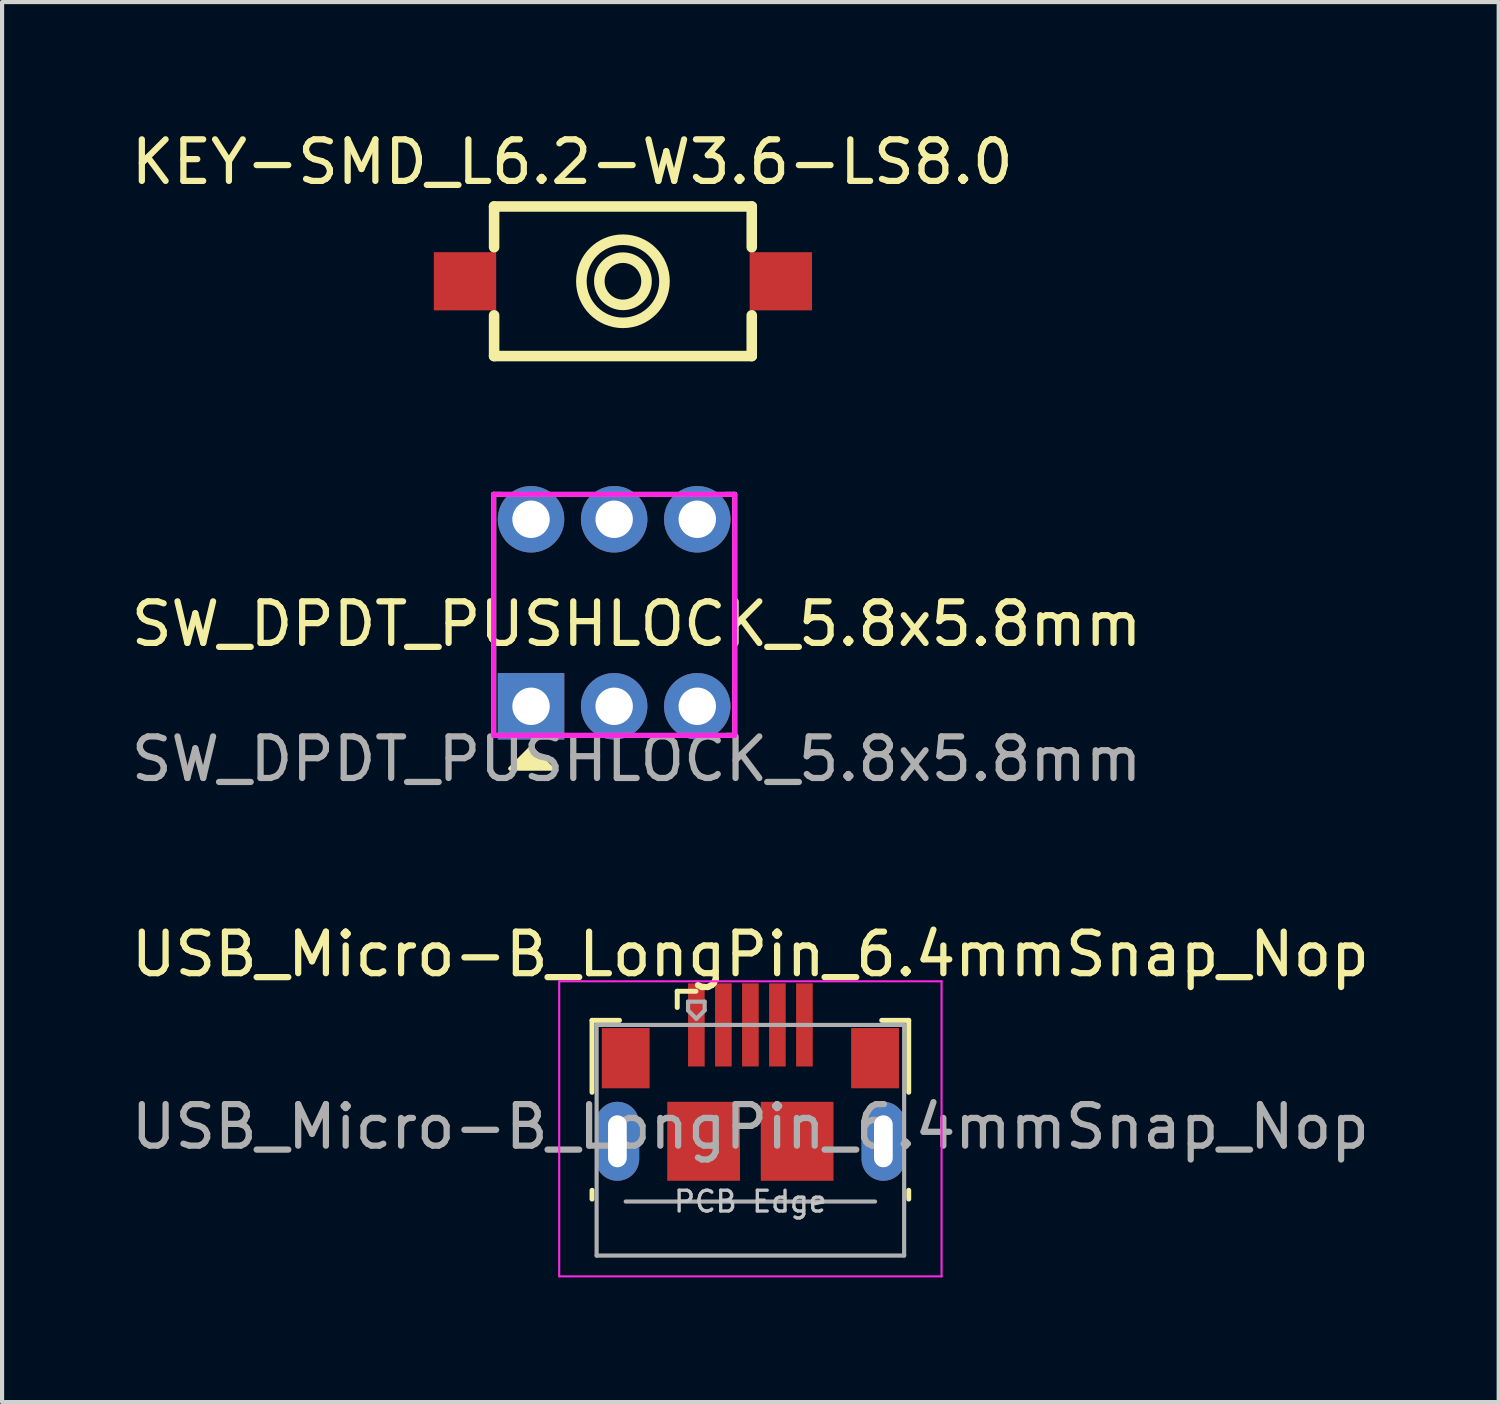
<source format=kicad_pcb>
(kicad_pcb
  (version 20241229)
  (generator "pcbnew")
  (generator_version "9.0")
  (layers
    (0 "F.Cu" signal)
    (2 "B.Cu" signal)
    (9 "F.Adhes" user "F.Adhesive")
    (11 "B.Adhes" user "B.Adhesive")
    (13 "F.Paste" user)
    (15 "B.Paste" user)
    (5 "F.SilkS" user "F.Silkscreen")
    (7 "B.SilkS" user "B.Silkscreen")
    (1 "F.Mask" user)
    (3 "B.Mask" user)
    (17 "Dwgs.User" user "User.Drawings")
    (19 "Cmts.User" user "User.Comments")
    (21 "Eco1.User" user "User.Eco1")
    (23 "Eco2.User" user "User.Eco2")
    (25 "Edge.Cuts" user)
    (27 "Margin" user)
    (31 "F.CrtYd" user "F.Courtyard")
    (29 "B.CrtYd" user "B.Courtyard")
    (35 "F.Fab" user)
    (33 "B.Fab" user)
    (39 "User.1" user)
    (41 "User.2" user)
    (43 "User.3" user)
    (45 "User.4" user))
  (footprint "SW_DPDT_PUSHLOCK_5.8x5.8mm"
    (layer "F.Cu")
    (at 9.728 13.945)
    (property "Reference" "SW_DPDT_PUSHLOCK_5.8x5.8mm" (at 2.54 -1.98 0) (layer "F.SilkS") (effects (font (size 1 1) (thickness 0.15))))
    (attr through_hole)
    (fp_line (start -0.9 -5.1) (end -0.9 0.7) (stroke (width 0.12) (type solid)) (layer "F.SilkS"))
    (fp_line (start -0.7 -5.1) (end -0.9 -5.1) (stroke (width 0.12) (type solid)) (layer "F.SilkS"))
    (fp_line (start 4.7 0.7) (end 4.9 0.7) (stroke (width 0.12) (type solid)) (layer "F.SilkS"))
    (fp_line (start 4.9 -5.1) (end 4.7 -5.1) (stroke (width 0.12) (type solid)) (layer "F.SilkS"))
    (fp_line (start 4.9 0.7) (end 4.9 -5.1) (stroke (width 0.12) (type solid)) (layer "F.SilkS"))
    (fp_poly (pts (xy 0.5 1.5) (xy -0.5 1.5) (xy 0 1)) (stroke (width 0.1) (type solid)) (fill yes) (layer "F.SilkS"))
    (fp_line (start -0.9 -5.1) (end -0.9 0.7) (stroke (width 0.12) (type solid)) (layer "F.CrtYd"))
    (fp_line (start -0.9 0.7) (end 4.9 0.7) (stroke (width 0.12) (type solid)) (layer "F.CrtYd"))
    (fp_line (start 4.9 -5.1) (end -0.9 -5.1) (stroke (width 0.12) (type solid)) (layer "F.CrtYd"))
    (fp_line (start 4.9 0.7) (end 4.9 -5.1) (stroke (width 0.12) (type solid)) (layer "F.CrtYd"))
    (fp_line (start -0.9 -5.1) (end -0.9 0.7) (stroke (width 0.12) (type solid)) (layer "F.Fab"))
    (fp_line (start -0.9 0.7) (end 4.9 0.7) (stroke (width 0.12) (type solid)) (layer "F.Fab"))
    (fp_line (start 4.9 -5.1) (end -0.9 -5.1) (stroke (width 0.12) (type solid)) (layer "F.Fab"))
    (fp_line (start 4.9 0.7) (end 4.9 -5.1) (stroke (width 0.12) (type solid)) (layer "F.Fab"))
    (fp_text user "${REFERENCE}" (at 2.54 1.27 0) (layer "F.Fab") (effects (font (size 1 1) (thickness 0.15))))
    (pad "1" thru_hole rect (at 0 0) (size 1.6 1.6) (drill 0.9) (layers "*.Cu" "*.Mask"))
    (pad "2" thru_hole circle (at 2 0) (size 1.6 1.6) (drill 0.9) (layers "*.Cu" "*.Mask"))
    (pad "3" thru_hole circle (at 4 0) (size 1.6 1.6) (drill 0.9) (layers "*.Cu" "*.Mask"))
    (pad "4" thru_hole circle (at 4 -4.5) (size 1.6 1.6) (drill 0.9) (layers "*.Cu" "*.Mask"))
    (pad "5" thru_hole circle (at 2 -4.5) (size 1.6 1.6) (drill 0.9) (layers "*.Cu" "*.Mask"))
    (pad "6" thru_hole circle (at 0 -4.5) (size 1.6 1.6) (drill 0.9) (layers "*.Cu" "*.Mask")))
  (footprint "KEY-SMD_L6.2-W3.6-LS8.0"
    (layer "F.Cu")
    (at 11.939 3.718)
    (property "Reference" "KEY-SMD_L6.2-W3.6-LS8.0" (at -1.219 -2.87 0) (layer "F.SilkS") (effects (font (size 1 1) (thickness 0.15))))
    (attr through_hole)
    (fp_line (start -3.1 -1.8) (end -3.1 -0.819) (stroke (width 0.254) (type solid)) (layer "F.SilkS"))
    (fp_line (start -3.1 1.8) (end -3.1 0.819) (stroke (width 0.254) (type solid)) (layer "F.SilkS"))
    (fp_line (start -3.1 1.8) (end 3.1 1.8) (stroke (width 0.254) (type solid)) (layer "F.SilkS"))
    (fp_line (start 3.1 -1.8) (end -3.1 -1.8) (stroke (width 0.254) (type solid)) (layer "F.SilkS"))
    (fp_line (start 3.1 -1.8) (end 3.1 -0.819) (stroke (width 0.254) (type solid)) (layer "F.SilkS"))
    (fp_line (start 3.1 1.8) (end 3.1 0.819) (stroke (width 0.254) (type solid)) (layer "F.SilkS"))
    (fp_circle (center 0 0) (end 0.568 0) (stroke (width 0.254) (type solid)) (fill no) (layer "F.SilkS"))
    (fp_circle (center 0 0) (end 1 0) (stroke (width 0.254) (type solid)) (fill no) (layer "F.SilkS"))
    (pad "1" smd rect (at -3.8 0) (size 1.5 1.4) (layers "F.Cu" "F.Mask" "F.Paste"))
    (pad "2" smd rect (at 3.8 0) (size 1.5 1.4) (layers "F.Cu" "F.Mask" "F.Paste")))
  (footprint "USB_Micro-B_LongPin_6.4mmSnap_Nop"
    (layer "F.Cu")
    (at 15.006 23.212)
    (property "Reference" "USB_Micro-B_LongPin_6.4mmSnap_Nop" (at 0 -3.3 0) (layer "F.SilkS") (effects (font (size 1 1) (thickness 0.15))))
    (attr smd)
    (fp_line (start -3.81 -1.71) (end -3.15 -1.71) (stroke (width 0.12) (type solid)) (layer "F.SilkS"))
    (fp_line (start -3.81 0.02) (end -3.81 -1.71) (stroke (width 0.12) (type solid)) (layer "F.SilkS"))
    (fp_line (start -3.81 2.59) (end -3.81 2.38) (stroke (width 0.12) (type solid)) (layer "F.SilkS"))
    (fp_line (start -1.76 -2.41) (end -1.76 -2.02) (stroke (width 0.12) (type solid)) (layer "F.SilkS"))
    (fp_line (start -1.76 -2.41) (end -1.31 -2.41) (stroke (width 0.12) (type solid)) (layer "F.SilkS"))
    (fp_line (start 3.81 -1.71) (end 3.16 -1.71) (stroke (width 0.12) (type solid)) (layer "F.SilkS"))
    (fp_line (start 3.81 0.02) (end 3.81 -1.71) (stroke (width 0.12) (type solid)) (layer "F.SilkS"))
    (fp_line (start 3.81 2.59) (end 3.81 2.38) (stroke (width 0.12) (type solid)) (layer "F.SilkS"))
    (fp_line (start -4.6 -2.65) (end 4.6 -2.65) (stroke (width 0.05) (type solid)) (layer "F.CrtYd"))
    (fp_line (start -4.6 4.45) (end -4.6 -2.65) (stroke (width 0.05) (type solid)) (layer "F.CrtYd"))
    (fp_line (start -4.6 4.45) (end 4.6 4.45) (stroke (width 0.05) (type solid)) (layer "F.CrtYd"))
    (fp_line (start 4.6 -2.65) (end 4.6 4.45) (stroke (width 0.05) (type solid)) (layer "F.CrtYd"))
    (fp_line (start -3.7 -1.6) (end 3.7 -1.6) (stroke (width 0.1) (type solid)) (layer "F.Fab"))
    (fp_line (start -3.7 3.95) (end -3.7 -1.6) (stroke (width 0.1) (type solid)) (layer "F.Fab"))
    (fp_line (start -3.7 3.95) (end 3.7 3.95) (stroke (width 0.1) (type solid)) (layer "F.Fab"))
    (fp_line (start -3 2.65) (end 3 2.65) (stroke (width 0.1) (type solid)) (layer "F.Fab"))
    (fp_line (start -1.5 -2.16) (end -1.5 -1.95) (stroke (width 0.1) (type solid)) (layer "F.Fab"))
    (fp_line (start -1.5 -2.16) (end -1.1 -2.16) (stroke (width 0.1) (type solid)) (layer "F.Fab"))
    (fp_line (start -1.3 -1.75) (end -1.5 -1.95) (stroke (width 0.1) (type solid)) (layer "F.Fab"))
    (fp_line (start -1.1 -2.16) (end -1.1 -1.95) (stroke (width 0.1) (type solid)) (layer "F.Fab"))
    (fp_line (start -1.1 -1.95) (end -1.3 -1.75) (stroke (width 0.1) (type solid)) (layer "F.Fab"))
    (fp_line (start 3.7 3.95) (end 3.7 -1.6) (stroke (width 0.1) (type solid)) (layer "F.Fab"))
    (fp_text user "PCB Edge" (at 0 2.65 0) (layer "Dwgs.User") (effects (font (size 0.5 0.5) (thickness 0.08))))
    (fp_text user "${REFERENCE}" (at 0 0.85 0) (layer "F.Fab") (effects (font (size 1 1) (thickness 0.15))))
    (pad "1" smd rect (at -1.3 -1.6) (size 0.4 2) (layers "F.Cu" "F.Mask" "F.Paste"))
    (pad "2" smd rect (at -0.65 -1.6) (size 0.4 2) (layers "F.Cu" "F.Mask" "F.Paste"))
    (pad "3" smd rect (at 0 -1.6) (size 0.4 2) (layers "F.Cu" "F.Mask" "F.Paste"))
    (pad "4" smd rect (at 0.65 -1.6) (size 0.4 2) (layers "F.Cu" "F.Mask" "F.Paste"))
    (pad "5" smd rect (at 1.3 -1.6) (size 0.4 2) (layers "F.Cu" "F.Mask" "F.Paste"))
    (pad "6" thru_hole oval (at -3.2 1.2 180) (size 1.05 1.9) (drill oval 0.45 1.25) (layers "*.Cu" "*.Mask"))
    (pad "6" smd rect (at -3 -0.8) (size 1.15 1.45) (layers "F.Cu" "F.Mask" "F.Paste"))
    (pad "6" smd rect (at -1.125 1.2) (size 1.75 1.9) (layers "F.Cu" "F.Mask" "F.Paste"))
    (pad "6" smd rect (at 1.125 1.2) (size 1.75 1.9) (layers "F.Cu" "F.Mask" "F.Paste"))
    (pad "6" smd rect (at 3 -0.8) (size 1.15 1.45) (layers "F.Cu" "F.Mask" "F.Paste"))
    (pad "6" thru_hole oval (at 3.2 1.2) (size 1.05 1.9) (drill oval 0.45 1.25) (layers "*.Cu" "*.Mask")))
  (gr_rect
    (start -3 -3)
    (end 33.012 30.687)
    (stroke (width 0.1) (type default))
    (fill no)
    (layer "Edge.Cuts")))
</source>
